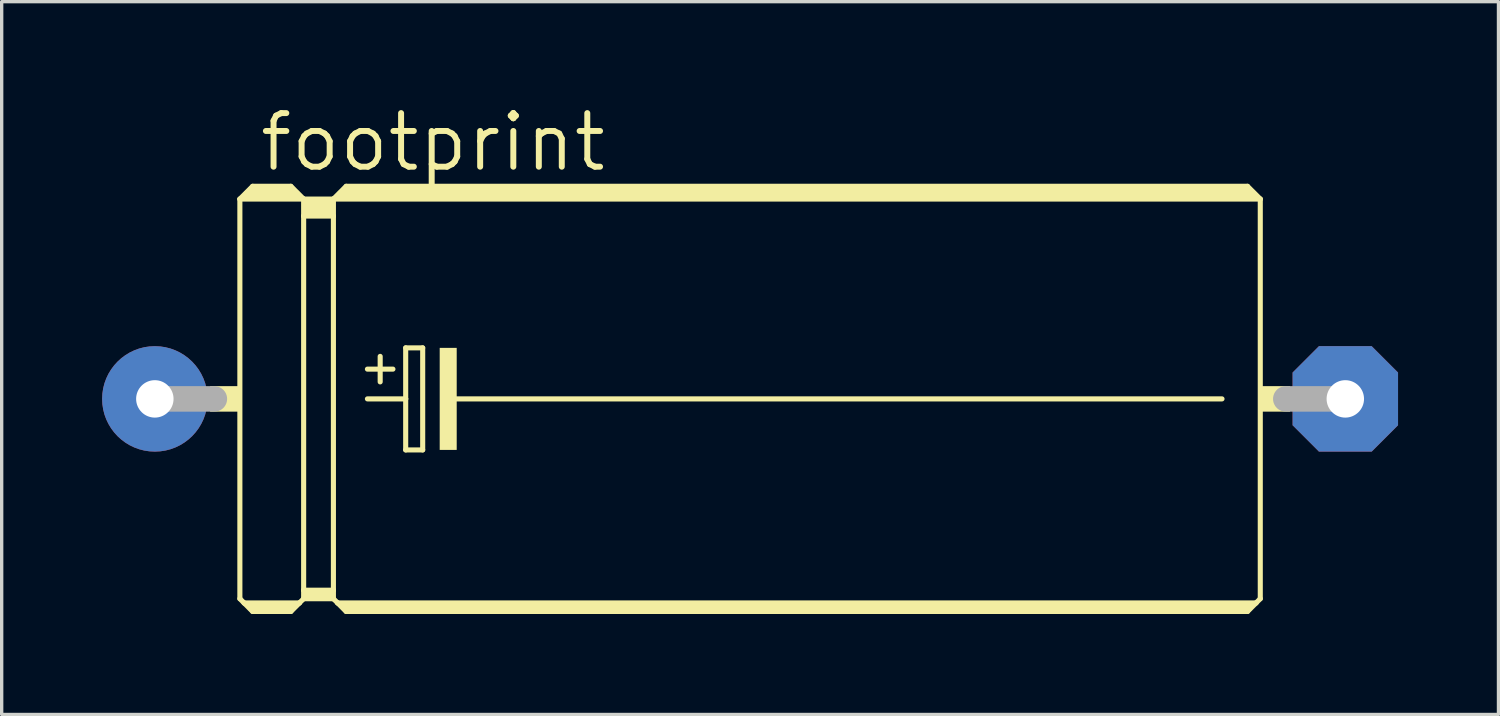
<source format=kicad_pcb>
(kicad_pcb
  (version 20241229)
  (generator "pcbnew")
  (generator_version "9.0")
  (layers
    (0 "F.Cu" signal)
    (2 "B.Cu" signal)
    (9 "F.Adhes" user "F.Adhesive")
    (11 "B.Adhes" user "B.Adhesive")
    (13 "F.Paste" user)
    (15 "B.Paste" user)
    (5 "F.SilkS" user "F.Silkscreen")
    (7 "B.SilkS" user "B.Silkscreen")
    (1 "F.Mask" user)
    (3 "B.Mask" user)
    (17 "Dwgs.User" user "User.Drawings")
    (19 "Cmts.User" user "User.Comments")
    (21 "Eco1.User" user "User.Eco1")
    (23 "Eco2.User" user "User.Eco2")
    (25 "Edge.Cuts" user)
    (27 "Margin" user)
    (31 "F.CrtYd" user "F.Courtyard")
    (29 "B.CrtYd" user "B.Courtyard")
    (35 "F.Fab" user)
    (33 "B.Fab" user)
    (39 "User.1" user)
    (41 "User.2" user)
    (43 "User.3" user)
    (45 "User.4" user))
  (footprint "footprint"
    (layer "F.Cu")
    (at 19.355 8.865)
    (property "Reference" "footprint" (at -14.732 -6.731 0) (layer "F.SilkS") (effects (font (size 1.6 1.6) (thickness 0.178)) (justify left bottom)))
    (fp_line (start -15.24 -5.969) (end -15.24 5.969) (stroke (width 0.152) (type solid)) (layer "F.SilkS"))
    (fp_line (start -15.24 -5.969) (end -14.859 -6.35) (stroke (width 0.152) (type solid)) (layer "F.SilkS"))
    (fp_line (start -15.24 -5.969) (end -13.335 -5.969) (stroke (width 0.152) (type solid)) (layer "F.SilkS"))
    (fp_line (start -15.24 5.969) (end -15.113 6.096) (stroke (width 0.152) (type solid)) (layer "F.SilkS"))
    (fp_line (start -15.113 6.096) (end -14.859 6.35) (stroke (width 0.152) (type solid)) (layer "F.SilkS"))
    (fp_line (start -15.113 6.096) (end -13.462 6.096) (stroke (width 0.152) (type solid)) (layer "F.SilkS"))
    (fp_line (start -14.986 -6.096) (end -13.589 -6.096) (stroke (width 0.305) (type solid)) (layer "F.SilkS"))
    (fp_line (start -14.859 -6.35) (end -13.716 -6.35) (stroke (width 0.152) (type solid)) (layer "F.SilkS"))
    (fp_line (start -14.859 -6.223) (end -13.716 -6.223) (stroke (width 0.305) (type solid)) (layer "F.SilkS"))
    (fp_line (start -14.859 6.223) (end -13.716 6.223) (stroke (width 0.305) (type solid)) (layer "F.SilkS"))
    (fp_line (start -14.859 6.35) (end -13.716 6.35) (stroke (width 0.152) (type solid)) (layer "F.SilkS"))
    (fp_line (start -13.462 6.096) (end -13.716 6.35) (stroke (width 0.152) (type solid)) (layer "F.SilkS"))
    (fp_line (start -13.335 -5.969) (end -13.716 -6.35) (stroke (width 0.152) (type solid)) (layer "F.SilkS"))
    (fp_line (start -13.335 -5.969) (end -13.335 -5.461) (stroke (width 0.152) (type solid)) (layer "F.SilkS"))
    (fp_line (start -13.335 -5.969) (end -12.446 -5.969) (stroke (width 0.152) (type solid)) (layer "F.SilkS"))
    (fp_line (start -13.335 -5.461) (end -13.335 5.715) (stroke (width 0.152) (type solid)) (layer "F.SilkS"))
    (fp_line (start -13.335 -5.461) (end -12.446 -5.461) (stroke (width 0.152) (type solid)) (layer "F.SilkS"))
    (fp_line (start -13.335 5.715) (end -13.335 5.969) (stroke (width 0.152) (type solid)) (layer "F.SilkS"))
    (fp_line (start -13.335 5.715) (end -12.446 5.715) (stroke (width 0.152) (type solid)) (layer "F.SilkS"))
    (fp_line (start -13.335 5.969) (end -13.462 6.096) (stroke (width 0.152) (type solid)) (layer "F.SilkS"))
    (fp_line (start -13.335 5.969) (end -12.446 5.969) (stroke (width 0.152) (type solid)) (layer "F.SilkS"))
    (fp_line (start -13.208 -5.842) (end -12.573 -5.842) (stroke (width 0.305) (type solid)) (layer "F.SilkS"))
    (fp_line (start -13.208 -5.588) (end -12.573 -5.588) (stroke (width 0.305) (type solid)) (layer "F.SilkS"))
    (fp_line (start -13.208 5.842) (end -12.573 5.842) (stroke (width 0.305) (type solid)) (layer "F.SilkS"))
    (fp_line (start -12.446 -5.969) (end -12.446 -5.461) (stroke (width 0.152) (type solid)) (layer "F.SilkS"))
    (fp_line (start -12.446 -5.969) (end -12.065 -6.35) (stroke (width 0.152) (type solid)) (layer "F.SilkS"))
    (fp_line (start -12.446 -5.969) (end 15.24 -5.969) (stroke (width 0.152) (type solid)) (layer "F.SilkS"))
    (fp_line (start -12.446 -5.461) (end -12.446 5.715) (stroke (width 0.152) (type solid)) (layer "F.SilkS"))
    (fp_line (start -12.446 5.715) (end -12.446 5.969) (stroke (width 0.152) (type solid)) (layer "F.SilkS"))
    (fp_line (start -12.319 6.096) (end -12.446 5.969) (stroke (width 0.152) (type solid)) (layer "F.SilkS"))
    (fp_line (start -12.319 6.096) (end 15.113 6.096) (stroke (width 0.152) (type solid)) (layer "F.SilkS"))
    (fp_line (start -12.192 -6.096) (end 14.986 -6.096) (stroke (width 0.305) (type solid)) (layer "F.SilkS"))
    (fp_line (start -12.065 -6.223) (end 14.859 -6.223) (stroke (width 0.305) (type solid)) (layer "F.SilkS"))
    (fp_line (start -12.065 6.223) (end 14.859 6.223) (stroke (width 0.305) (type solid)) (layer "F.SilkS"))
    (fp_line (start -12.065 6.35) (end -12.319 6.096) (stroke (width 0.152) (type solid)) (layer "F.SilkS"))
    (fp_line (start -11.43 -0.889) (end -10.668 -0.889) (stroke (width 0.152) (type solid)) (layer "F.SilkS"))
    (fp_line (start -11.43 0) (end -10.287 0) (stroke (width 0.152) (type solid)) (layer "F.SilkS"))
    (fp_line (start -11.049 -1.27) (end -11.049 -0.508) (stroke (width 0.152) (type solid)) (layer "F.SilkS"))
    (fp_line (start -10.287 -1.524) (end -10.287 0) (stroke (width 0.152) (type solid)) (layer "F.SilkS"))
    (fp_line (start -10.287 0) (end -10.287 1.524) (stroke (width 0.152) (type solid)) (layer "F.SilkS"))
    (fp_line (start -10.287 1.524) (end -9.779 1.524) (stroke (width 0.152) (type solid)) (layer "F.SilkS"))
    (fp_line (start -9.779 -1.524) (end -10.287 -1.524) (stroke (width 0.152) (type solid)) (layer "F.SilkS"))
    (fp_line (start -9.779 1.524) (end -9.779 -1.524) (stroke (width 0.152) (type solid)) (layer "F.SilkS"))
    (fp_line (start -8.89 0) (end 14.097 0) (stroke (width 0.152) (type solid)) (layer "F.SilkS"))
    (fp_line (start 14.859 -6.35) (end -12.065 -6.35) (stroke (width 0.152) (type solid)) (layer "F.SilkS"))
    (fp_line (start 14.859 6.35) (end -12.065 6.35) (stroke (width 0.152) (type solid)) (layer "F.SilkS"))
    (fp_line (start 15.113 6.096) (end 14.859 6.35) (stroke (width 0.152) (type solid)) (layer "F.SilkS"))
    (fp_line (start 15.24 -5.969) (end 14.859 -6.35) (stroke (width 0.152) (type solid)) (layer "F.SilkS"))
    (fp_line (start 15.24 -5.969) (end 15.24 5.969) (stroke (width 0.152) (type solid)) (layer "F.SilkS"))
    (fp_line (start 15.24 5.969) (end 15.113 6.096) (stroke (width 0.152) (type solid)) (layer "F.SilkS"))
    (fp_poly (pts (xy -16.129 0.381) (xy -15.24 0.381) (xy -15.24 -0.381) (xy -16.129 -0.381)) (stroke (width 0) (type solid)) (fill yes) (layer "F.SilkS"))
    (fp_poly (pts (xy -9.271 1.524) (xy -8.763 1.524) (xy -8.763 -1.524) (xy -9.271 -1.524)) (stroke (width 0) (type solid)) (fill yes) (layer "F.SilkS"))
    (fp_poly (pts (xy 15.24 0.381) (xy 16.129 0.381) (xy 16.129 -0.381) (xy 15.24 -0.381)) (stroke (width 0) (type solid)) (fill yes) (layer "F.SilkS"))
    (fp_line (start -17.78 0) (end -16.002 0) (stroke (width 0.762) (type solid)) (layer "F.Fab"))
    (fp_line (start 17.78 0) (end 16.002 0) (stroke (width 0.762) (type solid)) (layer "F.Fab"))
    (pad "+" thru_hole circle (at -17.78 0) (size 3.15 3.15) (drill 1.118) (layers "*.Cu" "*.Mask"))
    (pad "-" thru_hole roundrect (at 17.78 0) (size 3.15 3.15) (drill 1.118) (layers "*.Cu" "*.Mask") (roundrect_rratio 0.25) (chamfer_ratio 0.25) (chamfer top_left top_right bottom_left bottom_right)))
  (gr_rect
    (start -3 -3)
    (end 41.71 18.291)
    (stroke (width 0.1) (type default))
    (fill no)
    (layer "Edge.Cuts")))
</source>
